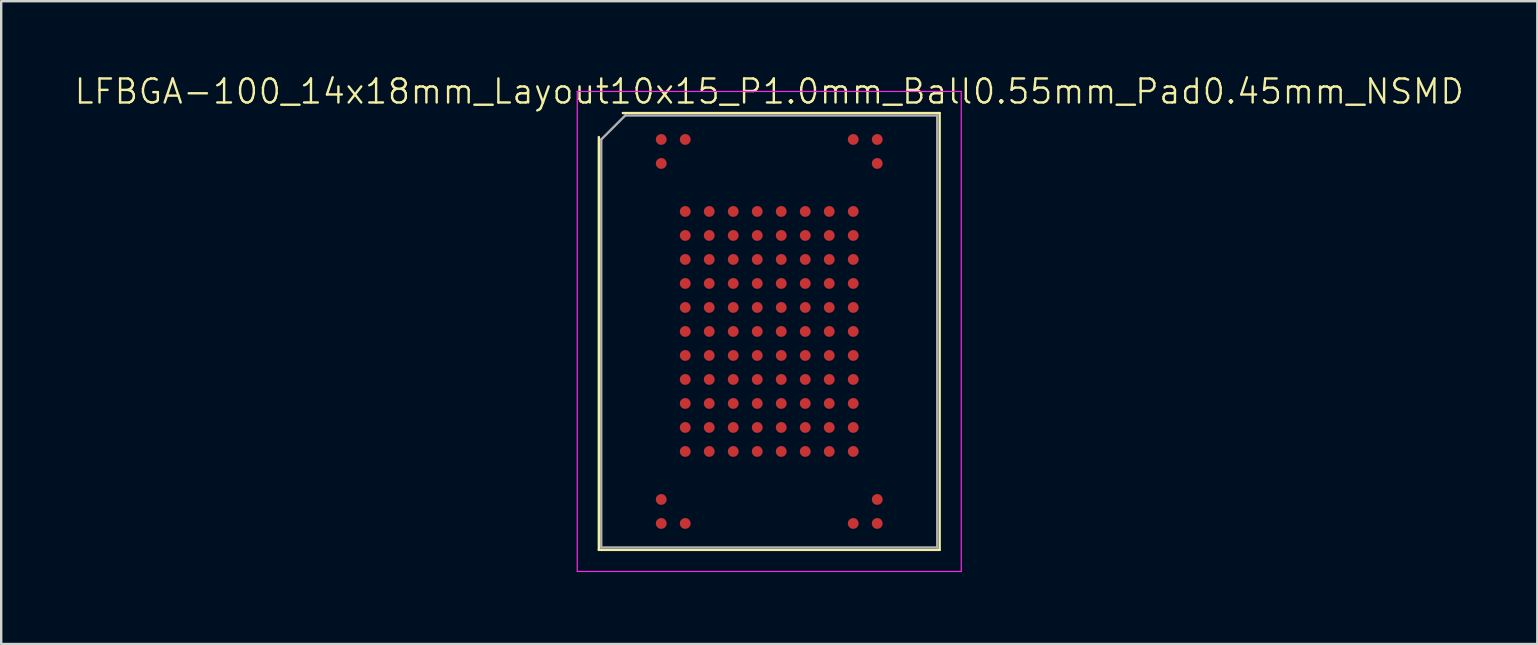
<source format=kicad_pcb>
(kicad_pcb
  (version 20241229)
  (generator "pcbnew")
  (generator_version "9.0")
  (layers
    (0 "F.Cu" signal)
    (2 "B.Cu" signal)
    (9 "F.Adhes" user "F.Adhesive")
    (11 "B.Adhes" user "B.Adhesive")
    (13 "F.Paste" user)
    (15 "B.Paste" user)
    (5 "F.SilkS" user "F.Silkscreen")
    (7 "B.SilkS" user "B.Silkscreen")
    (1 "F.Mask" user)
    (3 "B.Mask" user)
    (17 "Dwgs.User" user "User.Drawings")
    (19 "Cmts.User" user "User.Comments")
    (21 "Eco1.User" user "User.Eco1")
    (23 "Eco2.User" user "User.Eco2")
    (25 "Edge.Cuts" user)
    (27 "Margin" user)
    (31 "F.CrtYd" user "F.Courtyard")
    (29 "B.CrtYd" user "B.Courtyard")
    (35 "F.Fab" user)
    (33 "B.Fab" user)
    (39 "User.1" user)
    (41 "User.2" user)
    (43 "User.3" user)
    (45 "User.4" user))
  (footprint "LFBGA-100_14x18mm_Layout10x15_P1.0mm_Ball0.55mm_Pad0.45mm_NSMD"
    (layer "F.Cu")
    (at 29.002 10.761)
    (property "Reference" "LFBGA-100_14x18mm_Layout10x15_P1.0mm_Ball0.55mm_Pad0.45mm_NSMD" (at 0 -10 0) (unlocked yes) (layer "F.SilkS") (effects (font (size 1 1) (thickness 0.1))))
    (attr smd)
    (fp_line (start -7.1 -8.1) (end -7.1 9.1) (stroke (width 0.1) (type solid)) (layer "F.SilkS"))
    (fp_line (start -7.1 9.1) (end 7.1 9.1) (stroke (width 0.1) (type solid)) (layer "F.SilkS"))
    (fp_line (start 7.1 -9.1) (end -6.1 -9.1) (stroke (width 0.1) (type solid)) (layer "F.SilkS"))
    (fp_line (start 7.1 9.1) (end 7.1 -9.1) (stroke (width 0.1) (type solid)) (layer "F.SilkS"))
    (fp_line (start -8 -10) (end 8 -10) (stroke (width 0.05) (type solid)) (layer "F.CrtYd"))
    (fp_line (start -8 10) (end -8 -10) (stroke (width 0.05) (type solid)) (layer "F.CrtYd"))
    (fp_line (start 8 -10) (end 8 10) (stroke (width 0.05) (type solid)) (layer "F.CrtYd"))
    (fp_line (start 8 10) (end -8 10) (stroke (width 0.05) (type solid)) (layer "F.CrtYd"))
    (fp_line (start -7 -8) (end -7 9) (stroke (width 0.1) (type solid)) (layer "F.Fab"))
    (fp_line (start -7 9) (end 7 9) (stroke (width 0.1) (type solid)) (layer "F.Fab"))
    (fp_line (start -6 -9) (end -7 -8) (stroke (width 0.1) (type solid)) (layer "F.Fab"))
    (fp_line (start 7 -9) (end -6 -9) (stroke (width 0.1) (type solid)) (layer "F.Fab"))
    (fp_line (start 7 9) (end 7 -9) (stroke (width 0.1) (type solid)) (layer "F.Fab"))
    (pad "A1" smd circle (at -4.5 -8) (size 0.45 0.45) (layers "F.Cu" "F.Mask" "F.Paste"))
    (pad "A2" smd circle (at -3.5 -8) (size 0.45 0.45) (layers "F.Cu" "F.Mask" "F.Paste"))
    (pad "A9" smd circle (at 3.5 -8) (size 0.45 0.45) (layers "F.Cu" "F.Mask" "F.Paste"))
    (pad "A10" smd circle (at 4.5 -8) (size 0.45 0.45) (layers "F.Cu" "F.Mask" "F.Paste"))
    (pad "B1" smd circle (at -4.5 -7) (size 0.45 0.45) (layers "F.Cu" "F.Mask" "F.Paste"))
    (pad "B10" smd circle (at 4.5 -7) (size 0.45 0.45) (layers "F.Cu" "F.Mask" "F.Paste"))
    (pad "D2" smd circle (at -3.5 -5) (size 0.45 0.45) (layers "F.Cu" "F.Mask" "F.Paste"))
    (pad "D3" smd circle (at -2.5 -5) (size 0.45 0.45) (layers "F.Cu" "F.Mask" "F.Paste"))
    (pad "D4" smd circle (at -1.5 -5) (size 0.45 0.45) (layers "F.Cu" "F.Mask" "F.Paste"))
    (pad "D5" smd circle (at -0.5 -5) (size 0.45 0.45) (layers "F.Cu" "F.Mask" "F.Paste"))
    (pad "D6" smd circle (at 0.5 -5) (size 0.45 0.45) (layers "F.Cu" "F.Mask" "F.Paste"))
    (pad "D7" smd circle (at 1.5 -5) (size 0.45 0.45) (layers "F.Cu" "F.Mask" "F.Paste"))
    (pad "D8" smd circle (at 2.5 -5) (size 0.45 0.45) (layers "F.Cu" "F.Mask" "F.Paste"))
    (pad "D9" smd circle (at 3.5 -5) (size 0.45 0.45) (layers "F.Cu" "F.Mask" "F.Paste"))
    (pad "E2" smd circle (at -3.5 -4) (size 0.45 0.45) (layers "F.Cu" "F.Mask" "F.Paste"))
    (pad "E3" smd circle (at -2.5 -4) (size 0.45 0.45) (layers "F.Cu" "F.Mask" "F.Paste"))
    (pad "E4" smd circle (at -1.5 -4) (size 0.45 0.45) (layers "F.Cu" "F.Mask" "F.Paste"))
    (pad "E5" smd circle (at -0.5 -4) (size 0.45 0.45) (layers "F.Cu" "F.Mask" "F.Paste"))
    (pad "E6" smd circle (at 0.5 -4) (size 0.45 0.45) (layers "F.Cu" "F.Mask" "F.Paste"))
    (pad "E7" smd circle (at 1.5 -4) (size 0.45 0.45) (layers "F.Cu" "F.Mask" "F.Paste"))
    (pad "E8" smd circle (at 2.5 -4) (size 0.45 0.45) (layers "F.Cu" "F.Mask" "F.Paste"))
    (pad "E9" smd circle (at 3.5 -4) (size 0.45 0.45) (layers "F.Cu" "F.Mask" "F.Paste"))
    (pad "F2" smd circle (at -3.5 -3) (size 0.45 0.45) (layers "F.Cu" "F.Mask" "F.Paste"))
    (pad "F3" smd circle (at -2.5 -3) (size 0.45 0.45) (layers "F.Cu" "F.Mask" "F.Paste"))
    (pad "F4" smd circle (at -1.5 -3) (size 0.45 0.45) (layers "F.Cu" "F.Mask" "F.Paste"))
    (pad "F5" smd circle (at -0.5 -3) (size 0.45 0.45) (layers "F.Cu" "F.Mask" "F.Paste"))
    (pad "F6" smd circle (at 0.5 -3) (size 0.45 0.45) (layers "F.Cu" "F.Mask" "F.Paste"))
    (pad "F7" smd circle (at 1.5 -3) (size 0.45 0.45) (layers "F.Cu" "F.Mask" "F.Paste"))
    (pad "F8" smd circle (at 2.5 -3) (size 0.45 0.45) (layers "F.Cu" "F.Mask" "F.Paste"))
    (pad "F9" smd circle (at 3.5 -3) (size 0.45 0.45) (layers "F.Cu" "F.Mask" "F.Paste"))
    (pad "G2" smd circle (at -3.5 -2) (size 0.45 0.45) (layers "F.Cu" "F.Mask" "F.Paste"))
    (pad "G3" smd circle (at -2.5 -2) (size 0.45 0.45) (layers "F.Cu" "F.Mask" "F.Paste"))
    (pad "G4" smd circle (at -1.5 -2) (size 0.45 0.45) (layers "F.Cu" "F.Mask" "F.Paste"))
    (pad "G5" smd circle (at -0.5 -2) (size 0.45 0.45) (layers "F.Cu" "F.Mask" "F.Paste"))
    (pad "G6" smd circle (at 0.5 -2) (size 0.45 0.45) (layers "F.Cu" "F.Mask" "F.Paste"))
    (pad "G7" smd circle (at 1.5 -2) (size 0.45 0.45) (layers "F.Cu" "F.Mask" "F.Paste"))
    (pad "G8" smd circle (at 2.5 -2) (size 0.45 0.45) (layers "F.Cu" "F.Mask" "F.Paste"))
    (pad "G9" smd circle (at 3.5 -2) (size 0.45 0.45) (layers "F.Cu" "F.Mask" "F.Paste"))
    (pad "H2" smd circle (at -3.5 -1) (size 0.45 0.45) (layers "F.Cu" "F.Mask" "F.Paste"))
    (pad "H3" smd circle (at -2.5 -1) (size 0.45 0.45) (layers "F.Cu" "F.Mask" "F.Paste"))
    (pad "H4" smd circle (at -1.5 -1) (size 0.45 0.45) (layers "F.Cu" "F.Mask" "F.Paste"))
    (pad "H5" smd circle (at -0.5 -1) (size 0.45 0.45) (layers "F.Cu" "F.Mask" "F.Paste"))
    (pad "H6" smd circle (at 0.5 -1) (size 0.45 0.45) (layers "F.Cu" "F.Mask" "F.Paste"))
    (pad "H7" smd circle (at 1.5 -1) (size 0.45 0.45) (layers "F.Cu" "F.Mask" "F.Paste"))
    (pad "H8" smd circle (at 2.5 -1) (size 0.45 0.45) (layers "F.Cu" "F.Mask" "F.Paste"))
    (pad "H9" smd circle (at 3.5 -1) (size 0.45 0.45) (layers "F.Cu" "F.Mask" "F.Paste"))
    (pad "J2" smd circle (at -3.5 0) (size 0.45 0.45) (layers "F.Cu" "F.Mask" "F.Paste"))
    (pad "J3" smd circle (at -2.5 0) (size 0.45 0.45) (layers "F.Cu" "F.Mask" "F.Paste"))
    (pad "J4" smd circle (at -1.5 0) (size 0.45 0.45) (layers "F.Cu" "F.Mask" "F.Paste"))
    (pad "J5" smd circle (at -0.5 0) (size 0.45 0.45) (layers "F.Cu" "F.Mask" "F.Paste"))
    (pad "J6" smd circle (at 0.5 0) (size 0.45 0.45) (layers "F.Cu" "F.Mask" "F.Paste"))
    (pad "J7" smd circle (at 1.5 0) (size 0.45 0.45) (layers "F.Cu" "F.Mask" "F.Paste"))
    (pad "J8" smd circle (at 2.5 0) (size 0.45 0.45) (layers "F.Cu" "F.Mask" "F.Paste"))
    (pad "J9" smd circle (at 3.5 0) (size 0.45 0.45) (layers "F.Cu" "F.Mask" "F.Paste"))
    (pad "K2" smd circle (at -3.5 1) (size 0.45 0.45) (layers "F.Cu" "F.Mask" "F.Paste"))
    (pad "K3" smd circle (at -2.5 1) (size 0.45 0.45) (layers "F.Cu" "F.Mask" "F.Paste"))
    (pad "K4" smd circle (at -1.5 1) (size 0.45 0.45) (layers "F.Cu" "F.Mask" "F.Paste"))
    (pad "K5" smd circle (at -0.5 1) (size 0.45 0.45) (layers "F.Cu" "F.Mask" "F.Paste"))
    (pad "K6" smd circle (at 0.5 1) (size 0.45 0.45) (layers "F.Cu" "F.Mask" "F.Paste"))
    (pad "K7" smd circle (at 1.5 1) (size 0.45 0.45) (layers "F.Cu" "F.Mask" "F.Paste"))
    (pad "K8" smd circle (at 2.5 1) (size 0.45 0.45) (layers "F.Cu" "F.Mask" "F.Paste"))
    (pad "K9" smd circle (at 3.5 1) (size 0.45 0.45) (layers "F.Cu" "F.Mask" "F.Paste"))
    (pad "L2" smd circle (at -3.5 2) (size 0.45 0.45) (layers "F.Cu" "F.Mask" "F.Paste"))
    (pad "L3" smd circle (at -2.5 2) (size 0.45 0.45) (layers "F.Cu" "F.Mask" "F.Paste"))
    (pad "L4" smd circle (at -1.5 2) (size 0.45 0.45) (layers "F.Cu" "F.Mask" "F.Paste"))
    (pad "L5" smd circle (at -0.5 2) (size 0.45 0.45) (layers "F.Cu" "F.Mask" "F.Paste"))
    (pad "L6" smd circle (at 0.5 2) (size 0.45 0.45) (layers "F.Cu" "F.Mask" "F.Paste"))
    (pad "L7" smd circle (at 1.5 2) (size 0.45 0.45) (layers "F.Cu" "F.Mask" "F.Paste"))
    (pad "L8" smd circle (at 2.5 2) (size 0.45 0.45) (layers "F.Cu" "F.Mask" "F.Paste"))
    (pad "L9" smd circle (at 3.5 2) (size 0.45 0.45) (layers "F.Cu" "F.Mask" "F.Paste"))
    (pad "M2" smd circle (at -3.5 3) (size 0.45 0.45) (layers "F.Cu" "F.Mask" "F.Paste"))
    (pad "M3" smd circle (at -2.5 3) (size 0.45 0.45) (layers "F.Cu" "F.Mask" "F.Paste"))
    (pad "M4" smd circle (at -1.5 3) (size 0.45 0.45) (layers "F.Cu" "F.Mask" "F.Paste"))
    (pad "M5" smd circle (at -0.5 3) (size 0.45 0.45) (layers "F.Cu" "F.Mask" "F.Paste"))
    (pad "M6" smd circle (at 0.5 3) (size 0.45 0.45) (layers "F.Cu" "F.Mask" "F.Paste"))
    (pad "M7" smd circle (at 1.5 3) (size 0.45 0.45) (layers "F.Cu" "F.Mask" "F.Paste"))
    (pad "M8" smd circle (at 2.5 3) (size 0.45 0.45) (layers "F.Cu" "F.Mask" "F.Paste"))
    (pad "M9" smd circle (at 3.5 3) (size 0.45 0.45) (layers "F.Cu" "F.Mask" "F.Paste"))
    (pad "N2" smd circle (at -3.5 4) (size 0.45 0.45) (layers "F.Cu" "F.Mask" "F.Paste"))
    (pad "N3" smd circle (at -2.5 4) (size 0.45 0.45) (layers "F.Cu" "F.Mask" "F.Paste"))
    (pad "N4" smd circle (at -1.5 4) (size 0.45 0.45) (layers "F.Cu" "F.Mask" "F.Paste"))
    (pad "N5" smd circle (at -0.5 4) (size 0.45 0.45) (layers "F.Cu" "F.Mask" "F.Paste"))
    (pad "N6" smd circle (at 0.5 4) (size 0.45 0.45) (layers "F.Cu" "F.Mask" "F.Paste"))
    (pad "N7" smd circle (at 1.5 4) (size 0.45 0.45) (layers "F.Cu" "F.Mask" "F.Paste"))
    (pad "N8" smd circle (at 2.5 4) (size 0.45 0.45) (layers "F.Cu" "F.Mask" "F.Paste"))
    (pad "N9" smd circle (at 3.5 4) (size 0.45 0.45) (layers "F.Cu" "F.Mask" "F.Paste"))
    (pad "P2" smd circle (at -3.5 5) (size 0.45 0.45) (layers "F.Cu" "F.Mask" "F.Paste"))
    (pad "P3" smd circle (at -2.5 5) (size 0.45 0.45) (layers "F.Cu" "F.Mask" "F.Paste"))
    (pad "P4" smd circle (at -1.5 5) (size 0.45 0.45) (layers "F.Cu" "F.Mask" "F.Paste"))
    (pad "P5" smd circle (at -0.5 5) (size 0.45 0.45) (layers "F.Cu" "F.Mask" "F.Paste"))
    (pad "P6" smd circle (at 0.5 5) (size 0.45 0.45) (layers "F.Cu" "F.Mask" "F.Paste"))
    (pad "P7" smd circle (at 1.5 5) (size 0.45 0.45) (layers "F.Cu" "F.Mask" "F.Paste"))
    (pad "P8" smd circle (at 2.5 5) (size 0.45 0.45) (layers "F.Cu" "F.Mask" "F.Paste"))
    (pad "P9" smd circle (at 3.5 5) (size 0.45 0.45) (layers "F.Cu" "F.Mask" "F.Paste"))
    (pad "T1" smd circle (at -4.5 7) (size 0.45 0.45) (layers "F.Cu" "F.Mask" "F.Paste"))
    (pad "T10" smd circle (at 4.5 7) (size 0.45 0.45) (layers "F.Cu" "F.Mask" "F.Paste"))
    (pad "U1" smd circle (at -4.5 8) (size 0.45 0.45) (layers "F.Cu" "F.Mask" "F.Paste"))
    (pad "U2" smd circle (at -3.5 8) (size 0.45 0.45) (layers "F.Cu" "F.Mask" "F.Paste"))
    (pad "U9" smd circle (at 3.5 8) (size 0.45 0.45) (layers "F.Cu" "F.Mask" "F.Paste"))
    (pad "U10" smd circle (at 4.5 8) (size 0.45 0.45) (layers "F.Cu" "F.Mask" "F.Paste")))
  (gr_rect
    (start -3 -3)
    (end 61.005 23.785)
    (stroke (width 0.1) (type default))
    (fill no)
    (layer "Edge.Cuts")))
</source>
